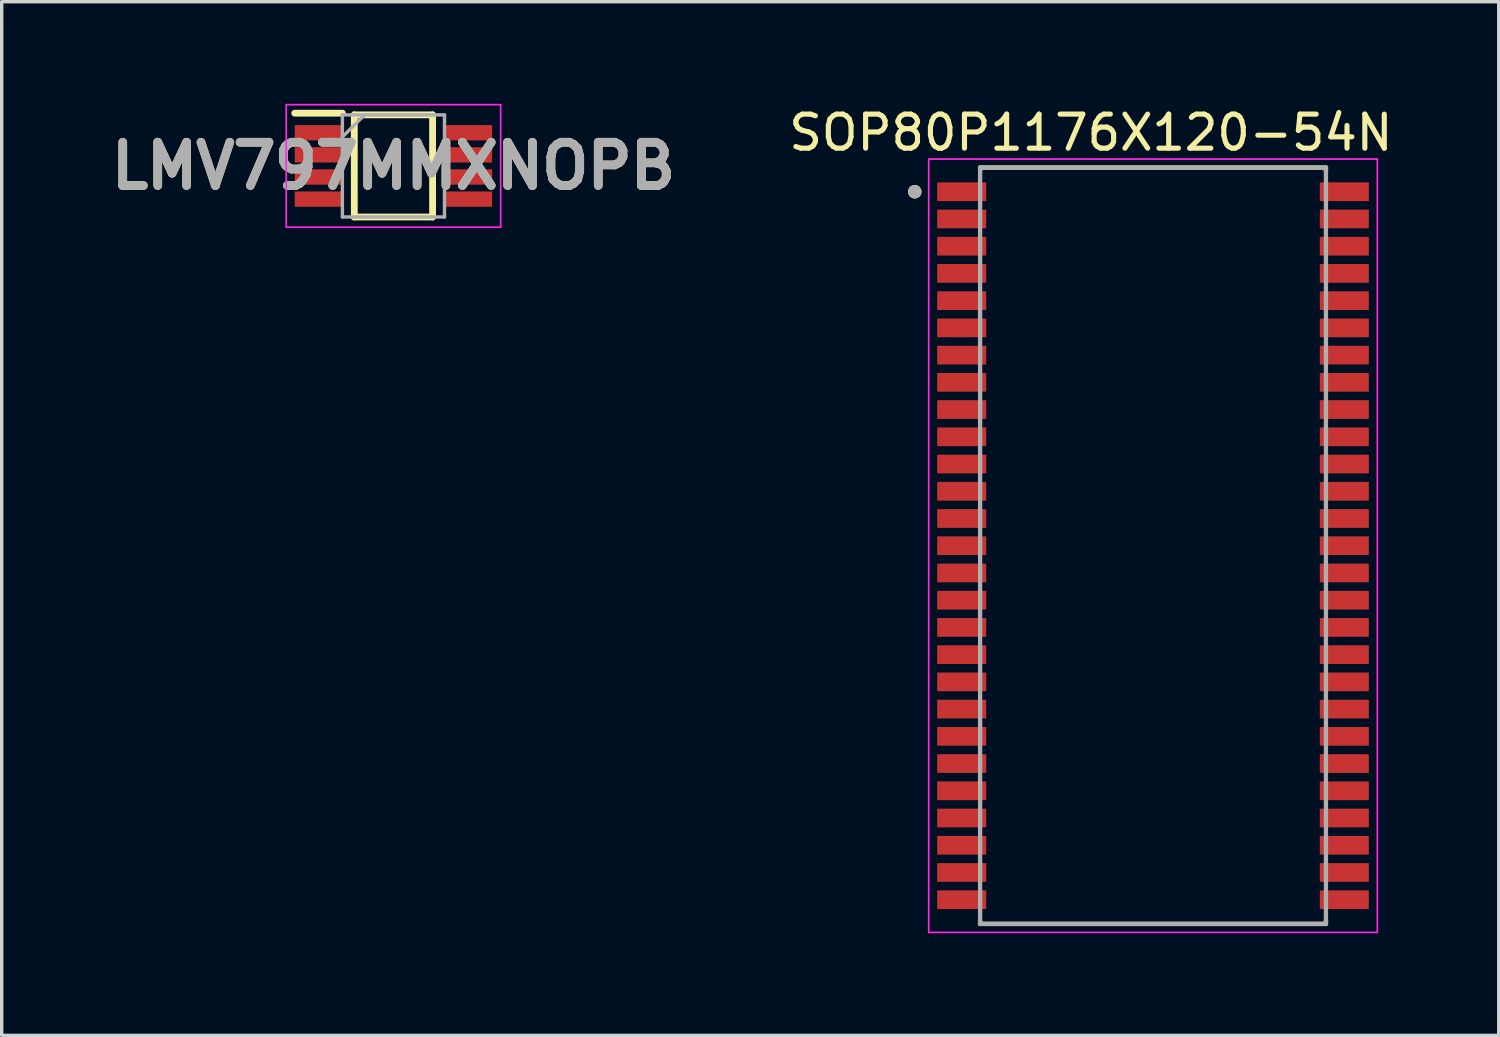
<source format=kicad_pcb>
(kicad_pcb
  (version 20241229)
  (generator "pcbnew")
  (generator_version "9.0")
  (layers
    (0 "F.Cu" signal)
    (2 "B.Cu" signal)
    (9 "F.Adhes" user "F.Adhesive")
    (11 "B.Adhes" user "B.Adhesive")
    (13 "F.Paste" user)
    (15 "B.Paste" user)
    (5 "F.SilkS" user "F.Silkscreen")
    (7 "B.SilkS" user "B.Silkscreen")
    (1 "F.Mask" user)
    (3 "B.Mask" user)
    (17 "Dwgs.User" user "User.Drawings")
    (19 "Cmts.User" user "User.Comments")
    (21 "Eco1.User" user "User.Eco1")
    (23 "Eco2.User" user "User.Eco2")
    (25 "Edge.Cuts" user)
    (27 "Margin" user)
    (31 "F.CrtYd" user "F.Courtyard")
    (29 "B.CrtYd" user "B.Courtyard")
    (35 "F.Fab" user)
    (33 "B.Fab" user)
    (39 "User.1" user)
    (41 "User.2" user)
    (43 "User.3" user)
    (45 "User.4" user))
  (footprint "SOP80P1176X120-54N"
    (layer "F.Cu")
    (at 30.825 12.983)
    (property "Reference" "SOP80P1176X120-54N" (at -1.825 -12.135 0) (layer "F.SilkS") (effects (font (size 1 1) (thickness 0.15))))
    (attr smd)
    (fp_line (start -5.08 -11.11) (end 5.08 -11.11) (stroke (width 0.127) (type solid)) (layer "F.SilkS"))
    (fp_line (start -5.08 -11) (end -5.08 -11.11) (stroke (width 0.127) (type solid)) (layer "F.SilkS"))
    (fp_line (start -5.08 11) (end -5.08 11.11) (stroke (width 0.127) (type solid)) (layer "F.SilkS"))
    (fp_line (start 5.08 -11) (end 5.08 -11.11) (stroke (width 0.127) (type solid)) (layer "F.SilkS"))
    (fp_line (start 5.08 11) (end 5.08 11.11) (stroke (width 0.127) (type solid)) (layer "F.SilkS"))
    (fp_line (start 5.08 11.11) (end -5.08 11.11) (stroke (width 0.127) (type solid)) (layer "F.SilkS"))
    (fp_circle (center -7 -10.4) (end -6.9 -10.4) (stroke (width 0.2) (type solid)) (fill no) (layer "F.SilkS"))
    (fp_line (start -6.59 -11.36) (end 6.59 -11.36) (stroke (width 0.05) (type solid)) (layer "F.CrtYd"))
    (fp_line (start -6.59 11.36) (end -6.59 -11.36) (stroke (width 0.05) (type solid)) (layer "F.CrtYd"))
    (fp_line (start 6.59 -11.36) (end 6.59 11.36) (stroke (width 0.05) (type solid)) (layer "F.CrtYd"))
    (fp_line (start 6.59 11.36) (end -6.59 11.36) (stroke (width 0.05) (type solid)) (layer "F.CrtYd"))
    (fp_line (start -5.08 -11.11) (end 5.08 -11.11) (stroke (width 0.127) (type solid)) (layer "F.Fab"))
    (fp_line (start -5.08 11.11) (end -5.08 -11.11) (stroke (width 0.127) (type solid)) (layer "F.Fab"))
    (fp_line (start 5.08 -11.11) (end 5.08 11.11) (stroke (width 0.127) (type solid)) (layer "F.Fab"))
    (fp_line (start 5.08 11.11) (end -5.08 11.11) (stroke (width 0.127) (type solid)) (layer "F.Fab"))
    (fp_circle (center -7 -10.4) (end -6.9 -10.4) (stroke (width 0.2) (type solid)) (fill no) (layer "F.Fab"))
    (pad "1" smd rect (at -5.62 -10.4) (size 1.44 0.55) (layers "F.Cu" "F.Mask" "F.Paste"))
    (pad "2" smd rect (at -5.62 -9.6) (size 1.44 0.55) (layers "F.Cu" "F.Mask" "F.Paste"))
    (pad "3" smd rect (at -5.62 -8.8) (size 1.44 0.55) (layers "F.Cu" "F.Mask" "F.Paste"))
    (pad "4" smd rect (at -5.62 -8) (size 1.44 0.55) (layers "F.Cu" "F.Mask" "F.Paste"))
    (pad "5" smd rect (at -5.62 -7.2) (size 1.44 0.55) (layers "F.Cu" "F.Mask" "F.Paste"))
    (pad "6" smd rect (at -5.62 -6.4) (size 1.44 0.55) (layers "F.Cu" "F.Mask" "F.Paste"))
    (pad "7" smd rect (at -5.62 -5.6) (size 1.44 0.55) (layers "F.Cu" "F.Mask" "F.Paste"))
    (pad "8" smd rect (at -5.62 -4.8) (size 1.44 0.55) (layers "F.Cu" "F.Mask" "F.Paste"))
    (pad "9" smd rect (at -5.62 -4) (size 1.44 0.55) (layers "F.Cu" "F.Mask" "F.Paste"))
    (pad "10" smd rect (at -5.62 -3.2) (size 1.44 0.55) (layers "F.Cu" "F.Mask" "F.Paste"))
    (pad "11" smd rect (at -5.62 -2.4) (size 1.44 0.55) (layers "F.Cu" "F.Mask" "F.Paste"))
    (pad "12" smd rect (at -5.62 -1.6) (size 1.44 0.55) (layers "F.Cu" "F.Mask" "F.Paste"))
    (pad "13" smd rect (at -5.62 -0.8) (size 1.44 0.55) (layers "F.Cu" "F.Mask" "F.Paste"))
    (pad "14" smd rect (at -5.62 0) (size 1.44 0.55) (layers "F.Cu" "F.Mask" "F.Paste"))
    (pad "15" smd rect (at -5.62 0.8) (size 1.44 0.55) (layers "F.Cu" "F.Mask" "F.Paste"))
    (pad "16" smd rect (at -5.62 1.6) (size 1.44 0.55) (layers "F.Cu" "F.Mask" "F.Paste"))
    (pad "17" smd rect (at -5.62 2.4) (size 1.44 0.55) (layers "F.Cu" "F.Mask" "F.Paste"))
    (pad "18" smd rect (at -5.62 3.2) (size 1.44 0.55) (layers "F.Cu" "F.Mask" "F.Paste"))
    (pad "19" smd rect (at -5.62 4) (size 1.44 0.55) (layers "F.Cu" "F.Mask" "F.Paste"))
    (pad "20" smd rect (at -5.62 4.8) (size 1.44 0.55) (layers "F.Cu" "F.Mask" "F.Paste"))
    (pad "21" smd rect (at -5.62 5.6) (size 1.44 0.55) (layers "F.Cu" "F.Mask" "F.Paste"))
    (pad "22" smd rect (at -5.62 6.4) (size 1.44 0.55) (layers "F.Cu" "F.Mask" "F.Paste"))
    (pad "23" smd rect (at -5.62 7.2) (size 1.44 0.55) (layers "F.Cu" "F.Mask" "F.Paste"))
    (pad "24" smd rect (at -5.62 8) (size 1.44 0.55) (layers "F.Cu" "F.Mask" "F.Paste"))
    (pad "25" smd rect (at -5.62 8.8) (size 1.44 0.55) (layers "F.Cu" "F.Mask" "F.Paste"))
    (pad "26" smd rect (at -5.62 9.6) (size 1.44 0.55) (layers "F.Cu" "F.Mask" "F.Paste"))
    (pad "27" smd rect (at -5.62 10.4) (size 1.44 0.55) (layers "F.Cu" "F.Mask" "F.Paste"))
    (pad "28" smd rect (at 5.62 10.4) (size 1.44 0.55) (layers "F.Cu" "F.Mask" "F.Paste"))
    (pad "29" smd rect (at 5.62 9.6) (size 1.44 0.55) (layers "F.Cu" "F.Mask" "F.Paste"))
    (pad "30" smd rect (at 5.62 8.8) (size 1.44 0.55) (layers "F.Cu" "F.Mask" "F.Paste"))
    (pad "31" smd rect (at 5.62 8) (size 1.44 0.55) (layers "F.Cu" "F.Mask" "F.Paste"))
    (pad "32" smd rect (at 5.62 7.2) (size 1.44 0.55) (layers "F.Cu" "F.Mask" "F.Paste"))
    (pad "33" smd rect (at 5.62 6.4) (size 1.44 0.55) (layers "F.Cu" "F.Mask" "F.Paste"))
    (pad "34" smd rect (at 5.62 5.6) (size 1.44 0.55) (layers "F.Cu" "F.Mask" "F.Paste"))
    (pad "35" smd rect (at 5.62 4.8) (size 1.44 0.55) (layers "F.Cu" "F.Mask" "F.Paste"))
    (pad "36" smd rect (at 5.62 4) (size 1.44 0.55) (layers "F.Cu" "F.Mask" "F.Paste"))
    (pad "37" smd rect (at 5.62 3.2) (size 1.44 0.55) (layers "F.Cu" "F.Mask" "F.Paste"))
    (pad "38" smd rect (at 5.62 2.4) (size 1.44 0.55) (layers "F.Cu" "F.Mask" "F.Paste"))
    (pad "39" smd rect (at 5.62 1.6) (size 1.44 0.55) (layers "F.Cu" "F.Mask" "F.Paste"))
    (pad "40" smd rect (at 5.62 0.8) (size 1.44 0.55) (layers "F.Cu" "F.Mask" "F.Paste"))
    (pad "41" smd rect (at 5.62 0) (size 1.44 0.55) (layers "F.Cu" "F.Mask" "F.Paste"))
    (pad "42" smd rect (at 5.62 -0.8) (size 1.44 0.55) (layers "F.Cu" "F.Mask" "F.Paste"))
    (pad "43" smd rect (at 5.62 -1.6) (size 1.44 0.55) (layers "F.Cu" "F.Mask" "F.Paste"))
    (pad "44" smd rect (at 5.62 -2.4) (size 1.44 0.55) (layers "F.Cu" "F.Mask" "F.Paste"))
    (pad "45" smd rect (at 5.62 -3.2) (size 1.44 0.55) (layers "F.Cu" "F.Mask" "F.Paste"))
    (pad "46" smd rect (at 5.62 -4) (size 1.44 0.55) (layers "F.Cu" "F.Mask" "F.Paste"))
    (pad "47" smd rect (at 5.62 -4.8) (size 1.44 0.55) (layers "F.Cu" "F.Mask" "F.Paste"))
    (pad "48" smd rect (at 5.62 -5.6) (size 1.44 0.55) (layers "F.Cu" "F.Mask" "F.Paste"))
    (pad "49" smd rect (at 5.62 -6.4) (size 1.44 0.55) (layers "F.Cu" "F.Mask" "F.Paste"))
    (pad "50" smd rect (at 5.62 -7.2) (size 1.44 0.55) (layers "F.Cu" "F.Mask" "F.Paste"))
    (pad "51" smd rect (at 5.62 -8) (size 1.44 0.55) (layers "F.Cu" "F.Mask" "F.Paste"))
    (pad "52" smd rect (at 5.62 -8.8) (size 1.44 0.55) (layers "F.Cu" "F.Mask" "F.Paste"))
    (pad "53" smd rect (at 5.62 -9.6) (size 1.44 0.55) (layers "F.Cu" "F.Mask" "F.Paste"))
    (pad "54" smd rect (at 5.62 -10.4) (size 1.44 0.55) (layers "F.Cu" "F.Mask" "F.Paste")))
  (footprint "LMV797MMXNOPB"
    (layer "F.Cu")
    (at 8.509 1.825)
    (property "Reference" "LMV797MMXNOPB" (at 0 0 0) (layer "F.SilkS") (effects (font (size 1.27 1.27) (thickness 0.254))))
    (attr smd)
    (fp_line (start -2.9 -1.55) (end -1.5 -1.55) (stroke (width 0.2) (type solid)) (layer "F.SilkS"))
    (fp_line (start -1.15 -1.5) (end 1.15 -1.5) (stroke (width 0.2) (type solid)) (layer "F.SilkS"))
    (fp_line (start -1.15 1.5) (end -1.15 -1.5) (stroke (width 0.2) (type solid)) (layer "F.SilkS"))
    (fp_line (start 1.15 -1.5) (end 1.15 1.5) (stroke (width 0.2) (type solid)) (layer "F.SilkS"))
    (fp_line (start 1.15 1.5) (end -1.15 1.5) (stroke (width 0.2) (type solid)) (layer "F.SilkS"))
    (fp_line (start -3.15 -1.8) (end 3.15 -1.8) (stroke (width 0.05) (type solid)) (layer "F.CrtYd"))
    (fp_line (start -3.15 1.8) (end -3.15 -1.8) (stroke (width 0.05) (type solid)) (layer "F.CrtYd"))
    (fp_line (start 3.15 -1.8) (end 3.15 1.8) (stroke (width 0.05) (type solid)) (layer "F.CrtYd"))
    (fp_line (start 3.15 1.8) (end -3.15 1.8) (stroke (width 0.05) (type solid)) (layer "F.CrtYd"))
    (fp_line (start -1.5 -1.5) (end 1.5 -1.5) (stroke (width 0.1) (type solid)) (layer "F.Fab"))
    (fp_line (start -1.5 -0.85) (end -0.85 -1.5) (stroke (width 0.1) (type solid)) (layer "F.Fab"))
    (fp_line (start -1.5 1.5) (end -1.5 -1.5) (stroke (width 0.1) (type solid)) (layer "F.Fab"))
    (fp_line (start 1.5 -1.5) (end 1.5 1.5) (stroke (width 0.1) (type solid)) (layer "F.Fab"))
    (fp_line (start 1.5 1.5) (end -1.5 1.5) (stroke (width 0.1) (type solid)) (layer "F.Fab"))
    (fp_text user "${REFERENCE}" (at 0 0 0) (layer "F.Fab") (effects (font (size 1.27 1.27) (thickness 0.254))))
    (pad "1" smd rect (at -2.2 -0.975 90) (size 0.45 1.4) (layers "F.Cu" "F.Mask" "F.Paste"))
    (pad "2" smd rect (at -2.2 -0.325 90) (size 0.45 1.4) (layers "F.Cu" "F.Mask" "F.Paste"))
    (pad "3" smd rect (at -2.2 0.325 90) (size 0.45 1.4) (layers "F.Cu" "F.Mask" "F.Paste"))
    (pad "4" smd rect (at -2.2 0.975 90) (size 0.45 1.4) (layers "F.Cu" "F.Mask" "F.Paste"))
    (pad "5" smd rect (at 2.2 0.975 90) (size 0.45 1.4) (layers "F.Cu" "F.Mask" "F.Paste"))
    (pad "6" smd rect (at 2.2 0.325 90) (size 0.45 1.4) (layers "F.Cu" "F.Mask" "F.Paste"))
    (pad "7" smd rect (at 2.2 -0.325 90) (size 0.45 1.4) (layers "F.Cu" "F.Mask" "F.Paste"))
    (pad "8" smd rect (at 2.2 -0.975 90) (size 0.45 1.4) (layers "F.Cu" "F.Mask" "F.Paste")))
  (gr_rect
    (start -3 -3)
    (end 40.982 27.368)
    (stroke (width 0.1) (type default))
    (fill no)
    (layer "Edge.Cuts")))
</source>
